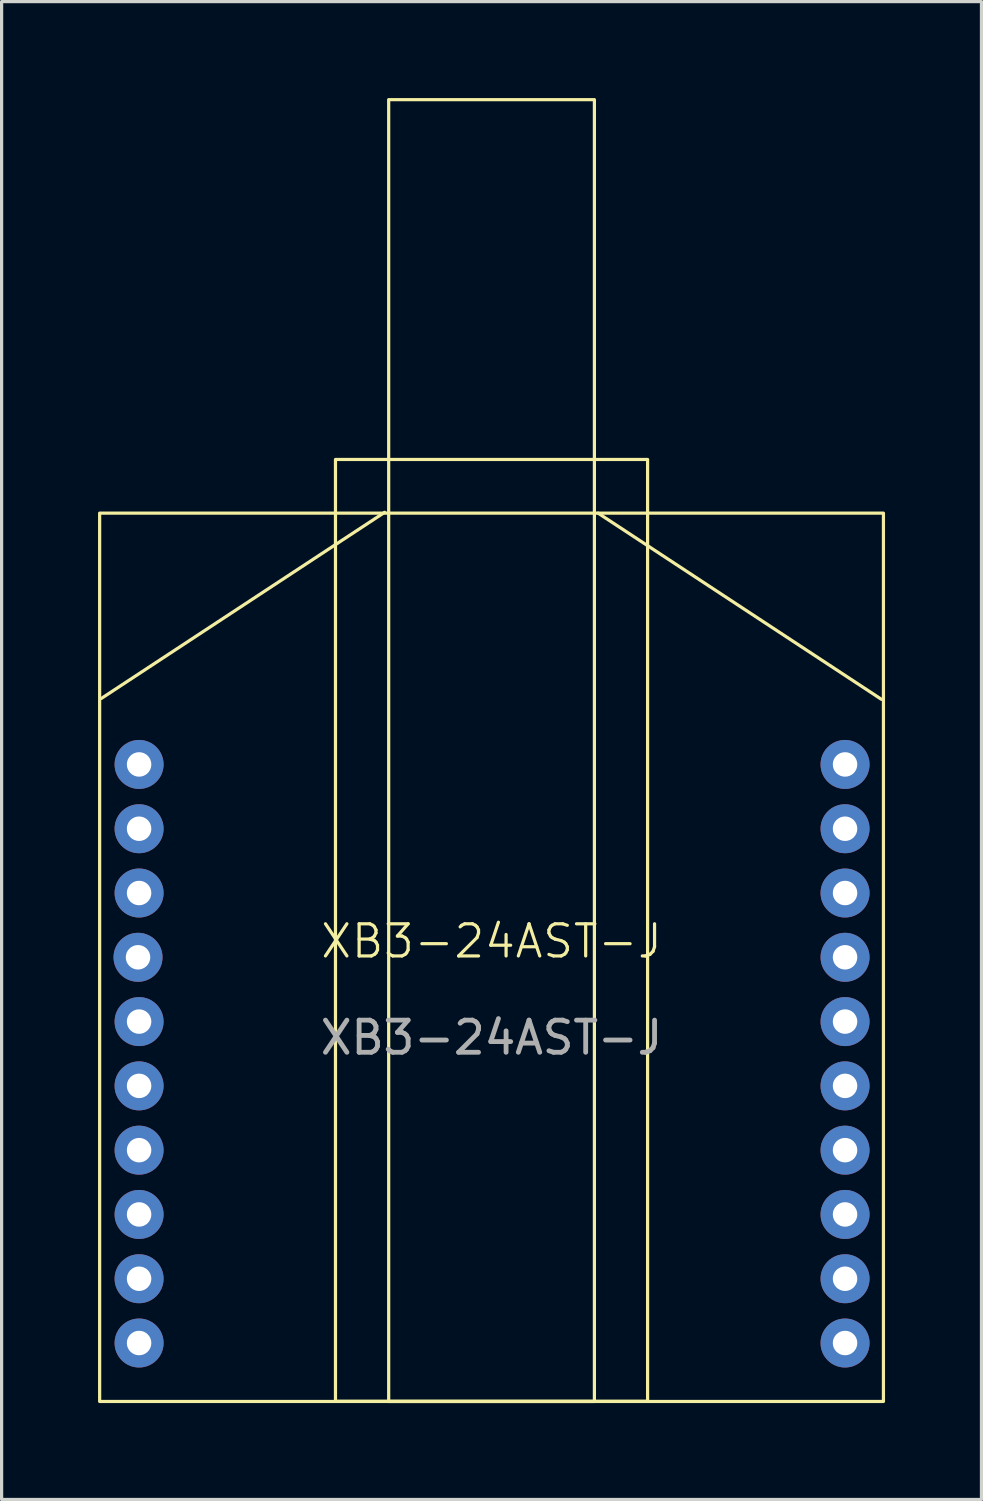
<source format=kicad_pcb>
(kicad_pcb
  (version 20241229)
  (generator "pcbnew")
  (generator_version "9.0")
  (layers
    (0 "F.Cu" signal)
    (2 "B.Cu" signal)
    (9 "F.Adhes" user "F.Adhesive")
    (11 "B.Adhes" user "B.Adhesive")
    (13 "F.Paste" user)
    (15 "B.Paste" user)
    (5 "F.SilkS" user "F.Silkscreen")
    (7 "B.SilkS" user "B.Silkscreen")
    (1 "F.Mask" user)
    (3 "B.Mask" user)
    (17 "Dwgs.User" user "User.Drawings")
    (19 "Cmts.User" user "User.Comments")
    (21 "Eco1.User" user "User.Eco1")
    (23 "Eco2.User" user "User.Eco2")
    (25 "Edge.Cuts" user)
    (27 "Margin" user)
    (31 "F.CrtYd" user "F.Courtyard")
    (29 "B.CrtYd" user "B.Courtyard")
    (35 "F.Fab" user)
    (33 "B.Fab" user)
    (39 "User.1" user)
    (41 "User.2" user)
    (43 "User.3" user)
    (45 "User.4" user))
  (footprint "XB3-24AST-J"
    (layer "F.Cu")
    (at 12.242 26.732)
    (property "Reference" "XB3-24AST-J" (at 0 -0.5 0) (unlocked yes) (layer "F.SilkS") (effects (font (size 1 1) (thickness 0.1))))
    (attr through_hole)
    (fp_line (start -12.141 -8.052) (end -3.327 -13.843) (stroke (width 0.1) (type default)) (layer "F.SilkS"))
    (fp_line (start 12.129 -8.026) (end 3.315 -13.818) (stroke (width 0.1) (type default)) (layer "F.SilkS"))
    (fp_rect (start -12.192 -13.818) (end 12.192 13.818) (stroke (width 0.1) (type default)) (fill no) (layer "F.SilkS"))
    (fp_rect (start -4.855 13.812) (end 4.855 -15.488) (stroke (width 0.1) (type default)) (fill no) (layer "F.SilkS"))
    (fp_rect (start -3.2 -26.682) (end 3.2 13.818) (stroke (width 0.1) (type default)) (fill no) (layer "F.SilkS"))
    (fp_text user "${REFERENCE}" (at 0 2.5 0) (unlocked yes) (layer "F.Fab") (effects (font (size 1 1) (thickness 0.15))))
    (pad "1" thru_hole circle (at -10.965 -6) (size 1.524 1.524) (drill 0.762) (layers "*.Cu" "*.Mask"))
    (pad "2" thru_hole circle (at -10.965 -4) (size 1.524 1.524) (drill 0.762) (layers "*.Cu" "*.Mask"))
    (pad "3" thru_hole circle (at -10.965 -2) (size 1.524 1.524) (drill 0.762) (layers "*.Cu" "*.Mask"))
    (pad "4" thru_hole circle (at -10.998 0) (size 1.524 1.524) (drill 0.762) (layers "*.Cu" "*.Mask"))
    (pad "5" thru_hole circle (at -10.965 2) (size 1.524 1.524) (drill 0.762) (layers "*.Cu" "*.Mask"))
    (pad "6" thru_hole circle (at -10.965 4) (size 1.524 1.524) (drill 0.762) (layers "*.Cu" "*.Mask"))
    (pad "7" thru_hole circle (at -10.965 6) (size 1.524 1.524) (drill 0.762) (layers "*.Cu" "*.Mask"))
    (pad "8" thru_hole circle (at -10.965 8) (size 1.524 1.524) (drill 0.762) (layers "*.Cu" "*.Mask"))
    (pad "9" thru_hole circle (at -10.965 10) (size 1.524 1.524) (drill 0.762) (layers "*.Cu" "*.Mask"))
    (pad "10" thru_hole circle (at -10.965 12) (size 1.524 1.524) (drill 0.762) (layers "*.Cu" "*.Mask"))
    (pad "11" thru_hole circle (at 10.998 12) (size 1.524 1.524) (drill 0.762) (layers "*.Cu" "*.Mask"))
    (pad "12" thru_hole circle (at 10.998 10) (size 1.524 1.524) (drill 0.762) (layers "*.Cu" "*.Mask"))
    (pad "13" thru_hole circle (at 10.998 8) (size 1.524 1.524) (drill 0.762) (layers "*.Cu" "*.Mask"))
    (pad "14" thru_hole circle (at 10.998 6) (size 1.524 1.524) (drill 0.762) (layers "*.Cu" "*.Mask"))
    (pad "15" thru_hole circle (at 10.998 4) (size 1.524 1.524) (drill 0.762) (layers "*.Cu" "*.Mask"))
    (pad "16" thru_hole circle (at 10.998 2) (size 1.524 1.524) (drill 0.762) (layers "*.Cu" "*.Mask"))
    (pad "17" thru_hole circle (at 10.998 0) (size 1.524 1.524) (drill 0.762) (layers "*.Cu" "*.Mask"))
    (pad "18" thru_hole circle (at 10.998 -2) (size 1.524 1.524) (drill 0.762) (layers "*.Cu" "*.Mask"))
    (pad "19" thru_hole circle (at 10.998 -4) (size 1.524 1.524) (drill 0.762) (layers "*.Cu" "*.Mask"))
    (pad "20" thru_hole circle (at 10.998 -6) (size 1.524 1.524) (drill 0.762) (layers "*.Cu" "*.Mask")))
  (gr_rect
    (start -3 -3)
    (end 27.484 43.6)
    (stroke (width 0.1) (type default))
    (fill no)
    (layer "Edge.Cuts")))
</source>
